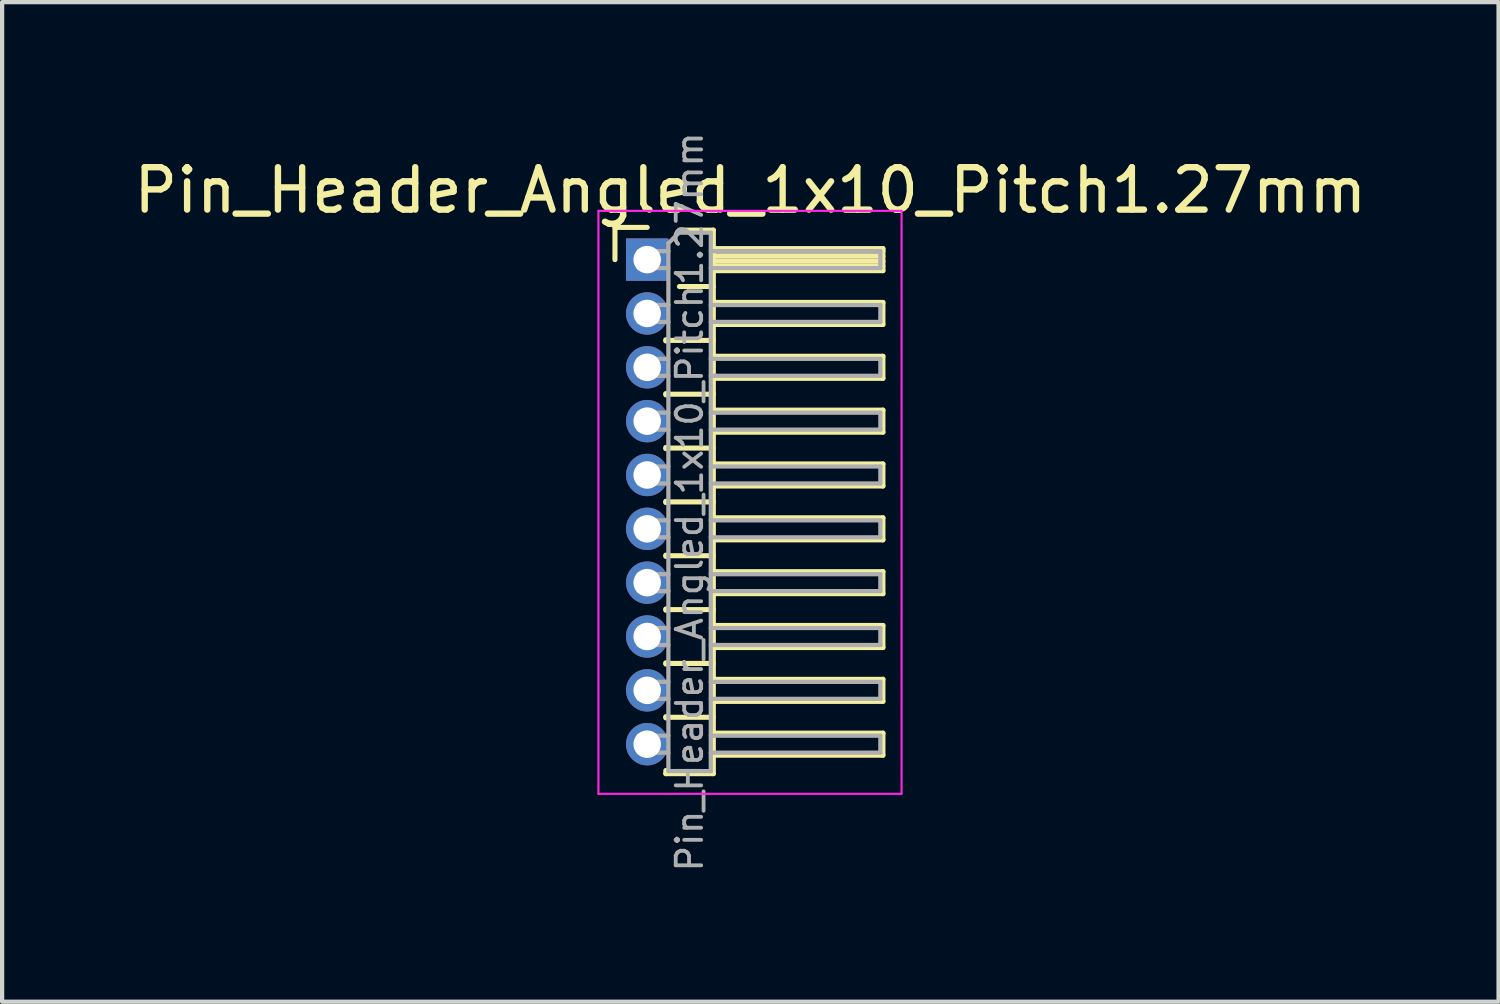
<source format=kicad_pcb>
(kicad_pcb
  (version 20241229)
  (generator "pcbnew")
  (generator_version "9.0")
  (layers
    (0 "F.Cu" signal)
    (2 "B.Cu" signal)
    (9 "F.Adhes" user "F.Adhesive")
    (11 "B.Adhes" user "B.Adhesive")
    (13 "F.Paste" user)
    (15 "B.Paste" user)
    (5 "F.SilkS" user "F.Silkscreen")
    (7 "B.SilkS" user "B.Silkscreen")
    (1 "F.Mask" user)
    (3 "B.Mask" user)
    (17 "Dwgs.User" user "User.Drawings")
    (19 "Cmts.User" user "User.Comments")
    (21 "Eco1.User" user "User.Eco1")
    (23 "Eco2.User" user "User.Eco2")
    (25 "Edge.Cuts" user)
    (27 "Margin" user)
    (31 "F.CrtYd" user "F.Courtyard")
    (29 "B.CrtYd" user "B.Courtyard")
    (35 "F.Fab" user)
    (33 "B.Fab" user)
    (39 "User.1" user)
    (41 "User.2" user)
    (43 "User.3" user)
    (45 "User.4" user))
  (footprint "Pin_Header_Angled_1x10_Pitch1.27mm"
    (layer "F.Cu")
    (at 12.216 3.074)
    (property "Reference" "Pin_Header_Angled_1x10_Pitch1.27mm" (at 2.433 -1.635 0) (layer "F.SilkS") (effects (font (size 1 1) (thickness 0.15))))
    (attr through_hole)
    (fp_line (start -0.76 -0.76) (end 0 -0.76) (stroke (width 0.12) (type solid)) (layer "F.SilkS"))
    (fp_line (start -0.76 0) (end -0.76 -0.76) (stroke (width 0.12) (type solid)) (layer "F.SilkS"))
    (fp_line (start 0.44 1.89) (end 0.44 1.92) (stroke (width 0.12) (type solid)) (layer "F.SilkS"))
    (fp_line (start 0.44 1.905) (end 1.56 1.905) (stroke (width 0.12) (type solid)) (layer "F.SilkS"))
    (fp_line (start 0.44 3.16) (end 0.44 3.19) (stroke (width 0.12) (type solid)) (layer "F.SilkS"))
    (fp_line (start 0.44 3.175) (end 1.56 3.175) (stroke (width 0.12) (type solid)) (layer "F.SilkS"))
    (fp_line (start 0.44 4.43) (end 0.44 4.46) (stroke (width 0.12) (type solid)) (layer "F.SilkS"))
    (fp_line (start 0.44 4.445) (end 1.56 4.445) (stroke (width 0.12) (type solid)) (layer "F.SilkS"))
    (fp_line (start 0.44 5.7) (end 0.44 5.73) (stroke (width 0.12) (type solid)) (layer "F.SilkS"))
    (fp_line (start 0.44 5.715) (end 1.56 5.715) (stroke (width 0.12) (type solid)) (layer "F.SilkS"))
    (fp_line (start 0.44 6.97) (end 0.44 7) (stroke (width 0.12) (type solid)) (layer "F.SilkS"))
    (fp_line (start 0.44 6.985) (end 1.56 6.985) (stroke (width 0.12) (type solid)) (layer "F.SilkS"))
    (fp_line (start 0.44 8.24) (end 0.44 8.27) (stroke (width 0.12) (type solid)) (layer "F.SilkS"))
    (fp_line (start 0.44 8.255) (end 1.56 8.255) (stroke (width 0.12) (type solid)) (layer "F.SilkS"))
    (fp_line (start 0.44 9.51) (end 0.44 9.54) (stroke (width 0.12) (type solid)) (layer "F.SilkS"))
    (fp_line (start 0.44 9.525) (end 1.56 9.525) (stroke (width 0.12) (type solid)) (layer "F.SilkS"))
    (fp_line (start 0.44 10.78) (end 0.44 10.81) (stroke (width 0.12) (type solid)) (layer "F.SilkS"))
    (fp_line (start 0.44 10.795) (end 1.56 10.795) (stroke (width 0.12) (type solid)) (layer "F.SilkS"))
    (fp_line (start 0.44 12.125) (end 0.44 12.05) (stroke (width 0.12) (type solid)) (layer "F.SilkS"))
    (fp_line (start 0.76 -0.695) (end 1.56 -0.695) (stroke (width 0.12) (type solid)) (layer "F.SilkS"))
    (fp_line (start 0.76 0.635) (end 1.56 0.635) (stroke (width 0.12) (type solid)) (layer "F.SilkS"))
    (fp_line (start 1.56 -0.695) (end 1.56 12.125) (stroke (width 0.12) (type solid)) (layer "F.SilkS"))
    (fp_line (start 1.56 -0.26) (end 5.56 -0.26) (stroke (width 0.12) (type solid)) (layer "F.SilkS"))
    (fp_line (start 1.56 -0.2) (end 5.56 -0.2) (stroke (width 0.12) (type solid)) (layer "F.SilkS"))
    (fp_line (start 1.56 -0.08) (end 5.56 -0.08) (stroke (width 0.12) (type solid)) (layer "F.SilkS"))
    (fp_line (start 1.56 0.04) (end 5.56 0.04) (stroke (width 0.12) (type solid)) (layer "F.SilkS"))
    (fp_line (start 1.56 0.16) (end 5.56 0.16) (stroke (width 0.12) (type solid)) (layer "F.SilkS"))
    (fp_line (start 1.56 1.01) (end 5.56 1.01) (stroke (width 0.12) (type solid)) (layer "F.SilkS"))
    (fp_line (start 1.56 2.28) (end 5.56 2.28) (stroke (width 0.12) (type solid)) (layer "F.SilkS"))
    (fp_line (start 1.56 3.55) (end 5.56 3.55) (stroke (width 0.12) (type solid)) (layer "F.SilkS"))
    (fp_line (start 1.56 4.82) (end 5.56 4.82) (stroke (width 0.12) (type solid)) (layer "F.SilkS"))
    (fp_line (start 1.56 6.09) (end 5.56 6.09) (stroke (width 0.12) (type solid)) (layer "F.SilkS"))
    (fp_line (start 1.56 7.36) (end 5.56 7.36) (stroke (width 0.12) (type solid)) (layer "F.SilkS"))
    (fp_line (start 1.56 8.63) (end 5.56 8.63) (stroke (width 0.12) (type solid)) (layer "F.SilkS"))
    (fp_line (start 1.56 9.9) (end 5.56 9.9) (stroke (width 0.12) (type solid)) (layer "F.SilkS"))
    (fp_line (start 1.56 11.17) (end 5.56 11.17) (stroke (width 0.12) (type solid)) (layer "F.SilkS"))
    (fp_line (start 1.56 12.125) (end 0.44 12.125) (stroke (width 0.12) (type solid)) (layer "F.SilkS"))
    (fp_line (start 5.56 -0.26) (end 5.56 0.26) (stroke (width 0.12) (type solid)) (layer "F.SilkS"))
    (fp_line (start 5.56 0.26) (end 1.56 0.26) (stroke (width 0.12) (type solid)) (layer "F.SilkS"))
    (fp_line (start 5.56 1.01) (end 5.56 1.53) (stroke (width 0.12) (type solid)) (layer "F.SilkS"))
    (fp_line (start 5.56 1.53) (end 1.56 1.53) (stroke (width 0.12) (type solid)) (layer "F.SilkS"))
    (fp_line (start 5.56 2.28) (end 5.56 2.8) (stroke (width 0.12) (type solid)) (layer "F.SilkS"))
    (fp_line (start 5.56 2.8) (end 1.56 2.8) (stroke (width 0.12) (type solid)) (layer "F.SilkS"))
    (fp_line (start 5.56 3.55) (end 5.56 4.07) (stroke (width 0.12) (type solid)) (layer "F.SilkS"))
    (fp_line (start 5.56 4.07) (end 1.56 4.07) (stroke (width 0.12) (type solid)) (layer "F.SilkS"))
    (fp_line (start 5.56 4.82) (end 5.56 5.34) (stroke (width 0.12) (type solid)) (layer "F.SilkS"))
    (fp_line (start 5.56 5.34) (end 1.56 5.34) (stroke (width 0.12) (type solid)) (layer "F.SilkS"))
    (fp_line (start 5.56 6.09) (end 5.56 6.61) (stroke (width 0.12) (type solid)) (layer "F.SilkS"))
    (fp_line (start 5.56 6.61) (end 1.56 6.61) (stroke (width 0.12) (type solid)) (layer "F.SilkS"))
    (fp_line (start 5.56 7.36) (end 5.56 7.88) (stroke (width 0.12) (type solid)) (layer "F.SilkS"))
    (fp_line (start 5.56 7.88) (end 1.56 7.88) (stroke (width 0.12) (type solid)) (layer "F.SilkS"))
    (fp_line (start 5.56 8.63) (end 5.56 9.15) (stroke (width 0.12) (type solid)) (layer "F.SilkS"))
    (fp_line (start 5.56 9.15) (end 1.56 9.15) (stroke (width 0.12) (type solid)) (layer "F.SilkS"))
    (fp_line (start 5.56 9.9) (end 5.56 10.42) (stroke (width 0.12) (type solid)) (layer "F.SilkS"))
    (fp_line (start 5.56 10.42) (end 1.56 10.42) (stroke (width 0.12) (type solid)) (layer "F.SilkS"))
    (fp_line (start 5.56 11.17) (end 5.56 11.69) (stroke (width 0.12) (type solid)) (layer "F.SilkS"))
    (fp_line (start 5.56 11.69) (end 1.56 11.69) (stroke (width 0.12) (type solid)) (layer "F.SilkS"))
    (fp_line (start -1.15 -1.15) (end -1.15 12.6) (stroke (width 0.05) (type solid)) (layer "F.CrtYd"))
    (fp_line (start -1.15 12.6) (end 6 12.6) (stroke (width 0.05) (type solid)) (layer "F.CrtYd"))
    (fp_line (start 6 -1.15) (end -1.15 -1.15) (stroke (width 0.05) (type solid)) (layer "F.CrtYd"))
    (fp_line (start 6 12.6) (end 6 -1.15) (stroke (width 0.05) (type solid)) (layer "F.CrtYd"))
    (fp_line (start -0.2 -0.2) (end -0.2 0.2) (stroke (width 0.1) (type solid)) (layer "F.Fab"))
    (fp_line (start -0.2 -0.2) (end 0.5 -0.2) (stroke (width 0.1) (type solid)) (layer "F.Fab"))
    (fp_line (start -0.2 0.2) (end 0.5 0.2) (stroke (width 0.1) (type solid)) (layer "F.Fab"))
    (fp_line (start -0.2 1.07) (end -0.2 1.47) (stroke (width 0.1) (type solid)) (layer "F.Fab"))
    (fp_line (start -0.2 1.07) (end 0.5 1.07) (stroke (width 0.1) (type solid)) (layer "F.Fab"))
    (fp_line (start -0.2 1.47) (end 0.5 1.47) (stroke (width 0.1) (type solid)) (layer "F.Fab"))
    (fp_line (start -0.2 2.34) (end -0.2 2.74) (stroke (width 0.1) (type solid)) (layer "F.Fab"))
    (fp_line (start -0.2 2.34) (end 0.5 2.34) (stroke (width 0.1) (type solid)) (layer "F.Fab"))
    (fp_line (start -0.2 2.74) (end 0.5 2.74) (stroke (width 0.1) (type solid)) (layer "F.Fab"))
    (fp_line (start -0.2 3.61) (end -0.2 4.01) (stroke (width 0.1) (type solid)) (layer "F.Fab"))
    (fp_line (start -0.2 3.61) (end 0.5 3.61) (stroke (width 0.1) (type solid)) (layer "F.Fab"))
    (fp_line (start -0.2 4.01) (end 0.5 4.01) (stroke (width 0.1) (type solid)) (layer "F.Fab"))
    (fp_line (start -0.2 4.88) (end -0.2 5.28) (stroke (width 0.1) (type solid)) (layer "F.Fab"))
    (fp_line (start -0.2 4.88) (end 0.5 4.88) (stroke (width 0.1) (type solid)) (layer "F.Fab"))
    (fp_line (start -0.2 5.28) (end 0.5 5.28) (stroke (width 0.1) (type solid)) (layer "F.Fab"))
    (fp_line (start -0.2 6.15) (end -0.2 6.55) (stroke (width 0.1) (type solid)) (layer "F.Fab"))
    (fp_line (start -0.2 6.15) (end 0.5 6.15) (stroke (width 0.1) (type solid)) (layer "F.Fab"))
    (fp_line (start -0.2 6.55) (end 0.5 6.55) (stroke (width 0.1) (type solid)) (layer "F.Fab"))
    (fp_line (start -0.2 7.42) (end -0.2 7.82) (stroke (width 0.1) (type solid)) (layer "F.Fab"))
    (fp_line (start -0.2 7.42) (end 0.5 7.42) (stroke (width 0.1) (type solid)) (layer "F.Fab"))
    (fp_line (start -0.2 7.82) (end 0.5 7.82) (stroke (width 0.1) (type solid)) (layer "F.Fab"))
    (fp_line (start -0.2 8.69) (end -0.2 9.09) (stroke (width 0.1) (type solid)) (layer "F.Fab"))
    (fp_line (start -0.2 8.69) (end 0.5 8.69) (stroke (width 0.1) (type solid)) (layer "F.Fab"))
    (fp_line (start -0.2 9.09) (end 0.5 9.09) (stroke (width 0.1) (type solid)) (layer "F.Fab"))
    (fp_line (start -0.2 9.96) (end -0.2 10.36) (stroke (width 0.1) (type solid)) (layer "F.Fab"))
    (fp_line (start -0.2 9.96) (end 0.5 9.96) (stroke (width 0.1) (type solid)) (layer "F.Fab"))
    (fp_line (start -0.2 10.36) (end 0.5 10.36) (stroke (width 0.1) (type solid)) (layer "F.Fab"))
    (fp_line (start -0.2 11.23) (end -0.2 11.63) (stroke (width 0.1) (type solid)) (layer "F.Fab"))
    (fp_line (start -0.2 11.23) (end 0.5 11.23) (stroke (width 0.1) (type solid)) (layer "F.Fab"))
    (fp_line (start -0.2 11.63) (end 0.5 11.63) (stroke (width 0.1) (type solid)) (layer "F.Fab"))
    (fp_line (start 0.5 -0.385) (end 0.75 -0.635) (stroke (width 0.1) (type solid)) (layer "F.Fab"))
    (fp_line (start 0.5 12.065) (end 0.5 -0.385) (stroke (width 0.1) (type solid)) (layer "F.Fab"))
    (fp_line (start 0.75 -0.635) (end 1.5 -0.635) (stroke (width 0.1) (type solid)) (layer "F.Fab"))
    (fp_line (start 1.5 -0.635) (end 1.5 12.065) (stroke (width 0.1) (type solid)) (layer "F.Fab"))
    (fp_line (start 1.5 -0.2) (end 5.5 -0.2) (stroke (width 0.1) (type solid)) (layer "F.Fab"))
    (fp_line (start 1.5 0.2) (end 5.5 0.2) (stroke (width 0.1) (type solid)) (layer "F.Fab"))
    (fp_line (start 1.5 1.07) (end 5.5 1.07) (stroke (width 0.1) (type solid)) (layer "F.Fab"))
    (fp_line (start 1.5 1.47) (end 5.5 1.47) (stroke (width 0.1) (type solid)) (layer "F.Fab"))
    (fp_line (start 1.5 2.34) (end 5.5 2.34) (stroke (width 0.1) (type solid)) (layer "F.Fab"))
    (fp_line (start 1.5 2.74) (end 5.5 2.74) (stroke (width 0.1) (type solid)) (layer "F.Fab"))
    (fp_line (start 1.5 3.61) (end 5.5 3.61) (stroke (width 0.1) (type solid)) (layer "F.Fab"))
    (fp_line (start 1.5 4.01) (end 5.5 4.01) (stroke (width 0.1) (type solid)) (layer "F.Fab"))
    (fp_line (start 1.5 4.88) (end 5.5 4.88) (stroke (width 0.1) (type solid)) (layer "F.Fab"))
    (fp_line (start 1.5 5.28) (end 5.5 5.28) (stroke (width 0.1) (type solid)) (layer "F.Fab"))
    (fp_line (start 1.5 6.15) (end 5.5 6.15) (stroke (width 0.1) (type solid)) (layer "F.Fab"))
    (fp_line (start 1.5 6.55) (end 5.5 6.55) (stroke (width 0.1) (type solid)) (layer "F.Fab"))
    (fp_line (start 1.5 7.42) (end 5.5 7.42) (stroke (width 0.1) (type solid)) (layer "F.Fab"))
    (fp_line (start 1.5 7.82) (end 5.5 7.82) (stroke (width 0.1) (type solid)) (layer "F.Fab"))
    (fp_line (start 1.5 8.69) (end 5.5 8.69) (stroke (width 0.1) (type solid)) (layer "F.Fab"))
    (fp_line (start 1.5 9.09) (end 5.5 9.09) (stroke (width 0.1) (type solid)) (layer "F.Fab"))
    (fp_line (start 1.5 9.96) (end 5.5 9.96) (stroke (width 0.1) (type solid)) (layer "F.Fab"))
    (fp_line (start 1.5 10.36) (end 5.5 10.36) (stroke (width 0.1) (type solid)) (layer "F.Fab"))
    (fp_line (start 1.5 11.23) (end 5.5 11.23) (stroke (width 0.1) (type solid)) (layer "F.Fab"))
    (fp_line (start 1.5 11.63) (end 5.5 11.63) (stroke (width 0.1) (type solid)) (layer "F.Fab"))
    (fp_line (start 1.5 12.065) (end 0.5 12.065) (stroke (width 0.1) (type solid)) (layer "F.Fab"))
    (fp_line (start 5.5 -0.2) (end 5.5 0.2) (stroke (width 0.1) (type solid)) (layer "F.Fab"))
    (fp_line (start 5.5 1.07) (end 5.5 1.47) (stroke (width 0.1) (type solid)) (layer "F.Fab"))
    (fp_line (start 5.5 2.34) (end 5.5 2.74) (stroke (width 0.1) (type solid)) (layer "F.Fab"))
    (fp_line (start 5.5 3.61) (end 5.5 4.01) (stroke (width 0.1) (type solid)) (layer "F.Fab"))
    (fp_line (start 5.5 4.88) (end 5.5 5.28) (stroke (width 0.1) (type solid)) (layer "F.Fab"))
    (fp_line (start 5.5 6.15) (end 5.5 6.55) (stroke (width 0.1) (type solid)) (layer "F.Fab"))
    (fp_line (start 5.5 7.42) (end 5.5 7.82) (stroke (width 0.1) (type solid)) (layer "F.Fab"))
    (fp_line (start 5.5 8.69) (end 5.5 9.09) (stroke (width 0.1) (type solid)) (layer "F.Fab"))
    (fp_line (start 5.5 9.96) (end 5.5 10.36) (stroke (width 0.1) (type solid)) (layer "F.Fab"))
    (fp_line (start 5.5 11.23) (end 5.5 11.63) (stroke (width 0.1) (type solid)) (layer "F.Fab"))
    (fp_text user "${REFERENCE}" (at 1 5.715 90) (layer "F.Fab") (effects (font (size 0.6 0.6) (thickness 0.09))))
    (pad "1" thru_hole rect (at 0 0) (size 1 1) (drill 0.65) (layers "*.Cu" "*.Mask"))
    (pad "2" thru_hole oval (at 0 1.27) (size 1 1) (drill 0.65) (layers "*.Cu" "*.Mask"))
    (pad "3" thru_hole oval (at 0 2.54) (size 1 1) (drill 0.65) (layers "*.Cu" "*.Mask"))
    (pad "4" thru_hole oval (at 0 3.81) (size 1 1) (drill 0.65) (layers "*.Cu" "*.Mask"))
    (pad "5" thru_hole oval (at 0 5.08) (size 1 1) (drill 0.65) (layers "*.Cu" "*.Mask"))
    (pad "6" thru_hole oval (at 0 6.35) (size 1 1) (drill 0.65) (layers "*.Cu" "*.Mask"))
    (pad "7" thru_hole oval (at 0 7.62) (size 1 1) (drill 0.65) (layers "*.Cu" "*.Mask"))
    (pad "8" thru_hole oval (at 0 8.89) (size 1 1) (drill 0.65) (layers "*.Cu" "*.Mask"))
    (pad "9" thru_hole oval (at 0 10.16) (size 1 1) (drill 0.65) (layers "*.Cu" "*.Mask"))
    (pad "10" thru_hole oval (at 0 11.43) (size 1 1) (drill 0.65) (layers "*.Cu" "*.Mask")))
  (gr_rect
    (start -3 -3)
    (end 32.298 20.579)
    (stroke (width 0.1) (type default))
    (fill no)
    (layer "Edge.Cuts")))
</source>
